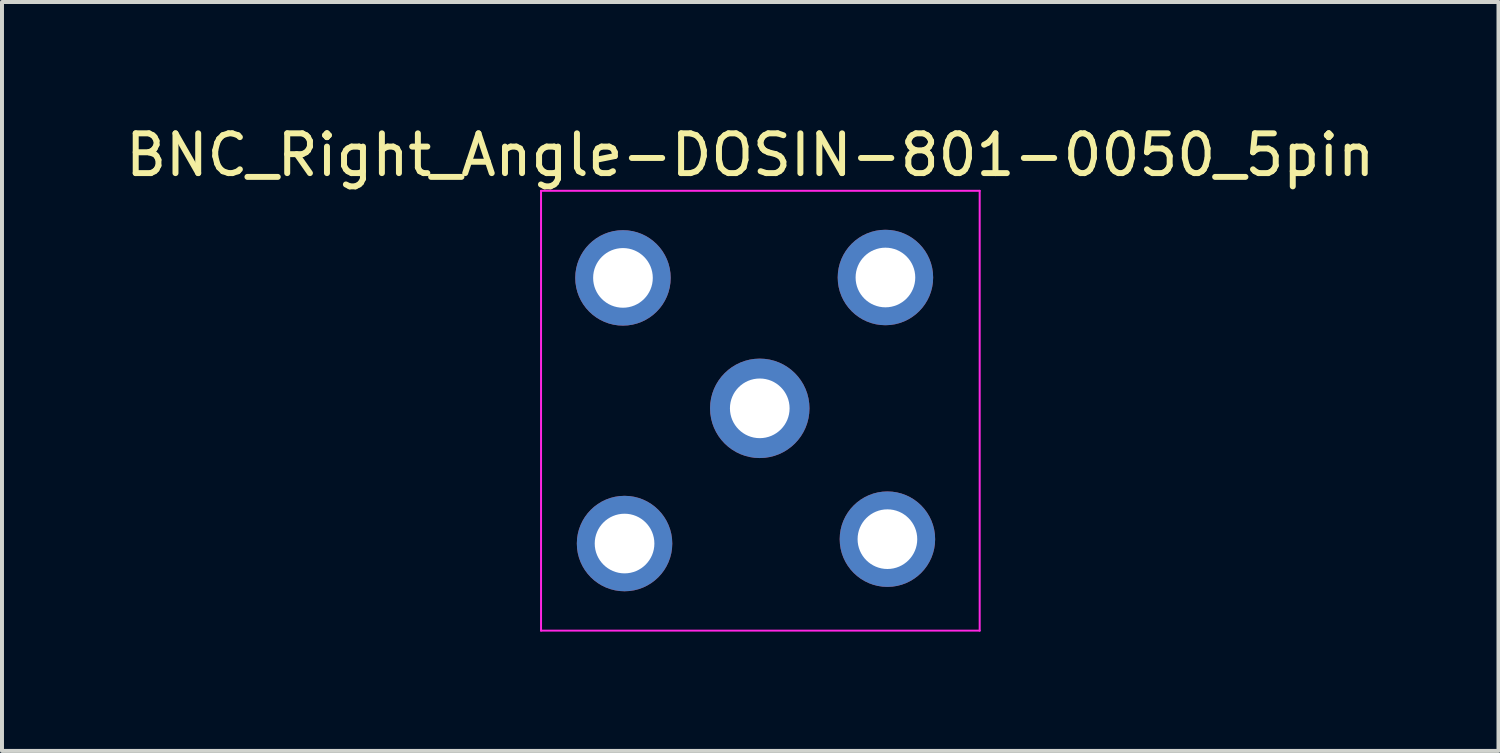
<source format=kicad_pcb>
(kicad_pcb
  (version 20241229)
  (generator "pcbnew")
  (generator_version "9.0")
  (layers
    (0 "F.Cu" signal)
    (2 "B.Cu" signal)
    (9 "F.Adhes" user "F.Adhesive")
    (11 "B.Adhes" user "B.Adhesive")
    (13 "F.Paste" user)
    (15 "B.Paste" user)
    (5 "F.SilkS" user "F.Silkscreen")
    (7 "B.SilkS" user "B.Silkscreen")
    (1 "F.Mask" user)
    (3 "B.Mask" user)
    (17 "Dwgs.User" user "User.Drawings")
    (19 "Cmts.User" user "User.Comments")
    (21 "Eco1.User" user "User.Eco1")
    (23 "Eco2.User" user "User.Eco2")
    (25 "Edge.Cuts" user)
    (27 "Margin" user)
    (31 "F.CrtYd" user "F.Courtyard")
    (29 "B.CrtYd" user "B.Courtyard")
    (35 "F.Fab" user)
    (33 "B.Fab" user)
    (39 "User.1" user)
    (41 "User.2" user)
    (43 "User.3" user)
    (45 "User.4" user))
  (footprint "BNC_Right_Angle-DOSIN-801-0050_5pin"
    (layer "F.Cu")
    (at 16.055 7.218)
    (property "Reference" "BNC_Right_Angle-DOSIN-801-0050_5pin" (at -0.24 -6.37 0) (layer "F.SilkS") (effects (font (size 1 1) (thickness 0.15))))
    (attr through_hole dnp)
    (fp_line (start -5.5 -5.47) (end 5.53 -5.47) (stroke (width 0.05) (type solid)) (layer "F.CrtYd"))
    (fp_line (start -5.5 5.59) (end -5.5 -5.47) (stroke (width 0.05) (type solid)) (layer "F.CrtYd"))
    (fp_line (start 5.53 -5.47) (end 5.53 5.59) (stroke (width 0.05) (type solid)) (layer "F.CrtYd"))
    (fp_line (start 5.53 5.59) (end -5.5 5.59) (stroke (width 0.05) (type solid)) (layer "F.CrtYd"))
    (pad "1" thru_hole circle (at 0 0) (size 2.5 2.5) (drill 1.5) (layers "*.Cu" "*.Mask"))
    (pad "2" thru_hole circle (at -3.44 -3.28) (size 2.4 2.4) (drill 1.5) (layers "*.Cu" "*.Mask"))
    (pad "3" thru_hole circle (at 3.16 -3.29) (size 2.4 2.4) (drill 1.5) (layers "*.Cu" "*.Mask"))
    (pad "4" thru_hole circle (at -3.4 3.4) (size 2.4 2.4) (drill 1.5) (layers "*.Cu" "*.Mask"))
    (pad "5" thru_hole circle (at 3.21 3.29) (size 2.4 2.4) (drill 1.5) (layers "*.Cu" "*.Mask")))
  (gr_rect
    (start -3 -3)
    (end 34.631 15.833)
    (stroke (width 0.1) (type default))
    (fill no)
    (layer "Edge.Cuts")))
</source>
